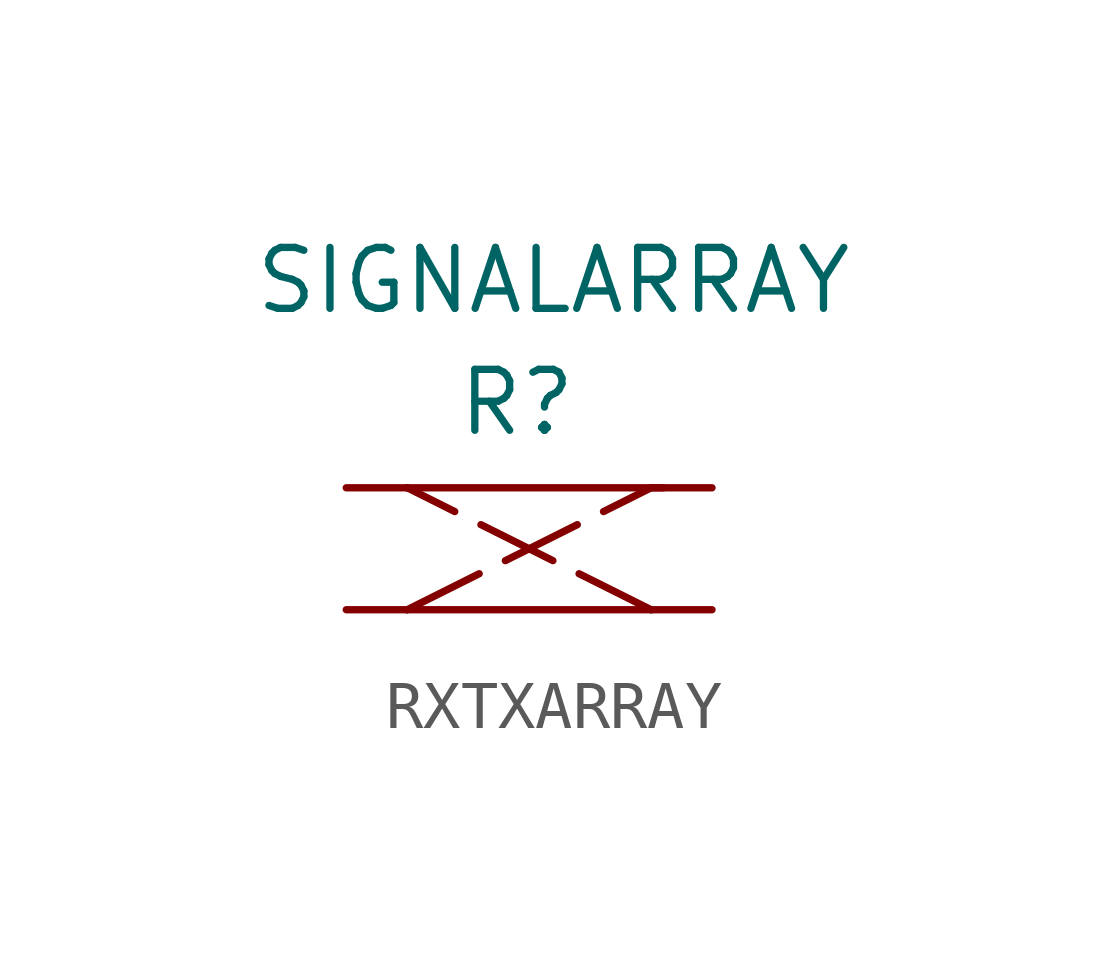
<source format=kicad_sym>
(kicad_symbol_lib
  (version 20231120)
  (generator "kicad_symbol_editor")
  (generator_version "8.0")
  (symbol "RXTXARRAY"
    (pin_numbers hide)
    (pin_names
      (offset 0))
    (property "Reference" "R"
      (at -0.254 4.318 0)
      (effects (font (size 1.27 1.27))))
    (property "Value" "SIGNALARRAY"
      (at 0.508 6.858 0)
      (effects (font (size 1.27 1.27))))
    (symbol "RXTXARRAY_0_1"
      (polyline (pts (xy -2.54 2.54) (xy 2.794 2.54)) (stroke (width 0) (type default)) (fill (type none)))
      (polyline (pts (xy 2.54 0) (xy -2.54 0)) (stroke (width 0) (type default)) (fill (type none))))
    (symbol "RXTXARRAY_1_1"
      (polyline (pts (xy -2.54 0) (xy 2.54 2.54)) (stroke (width 0) (type dash)) (fill (type none)))
      (polyline (pts (xy 2.54 0) (xy -2.54 2.54)) (stroke (width 0) (type dash)) (fill (type none)))
      (pin passive line (at -3.81 2.54 0) (length 1.27) (name "~" (effects (font (size 1.27 1.27)))) (number "1" (effects (font (size 1.27 1.27)))))
      (pin passive line (at -3.81 0 0) (length 1.27) (name "~" (effects (font (size 1.27 1.27)))) (number "2" (effects (font (size 1.27 1.27)))))
      (pin passive line (at 3.81 2.54 180) (length 1.27) (name "~" (effects (font (size 1.27 1.27)))) (number "3" (effects (font (size 1.27 1.27)))))
      (pin passive line (at 3.81 0 180) (length 1.27) (name "~" (effects (font (size 1.27 1.27)))) (number "4" (effects (font (size 1.27 1.27))))))))
</source>
